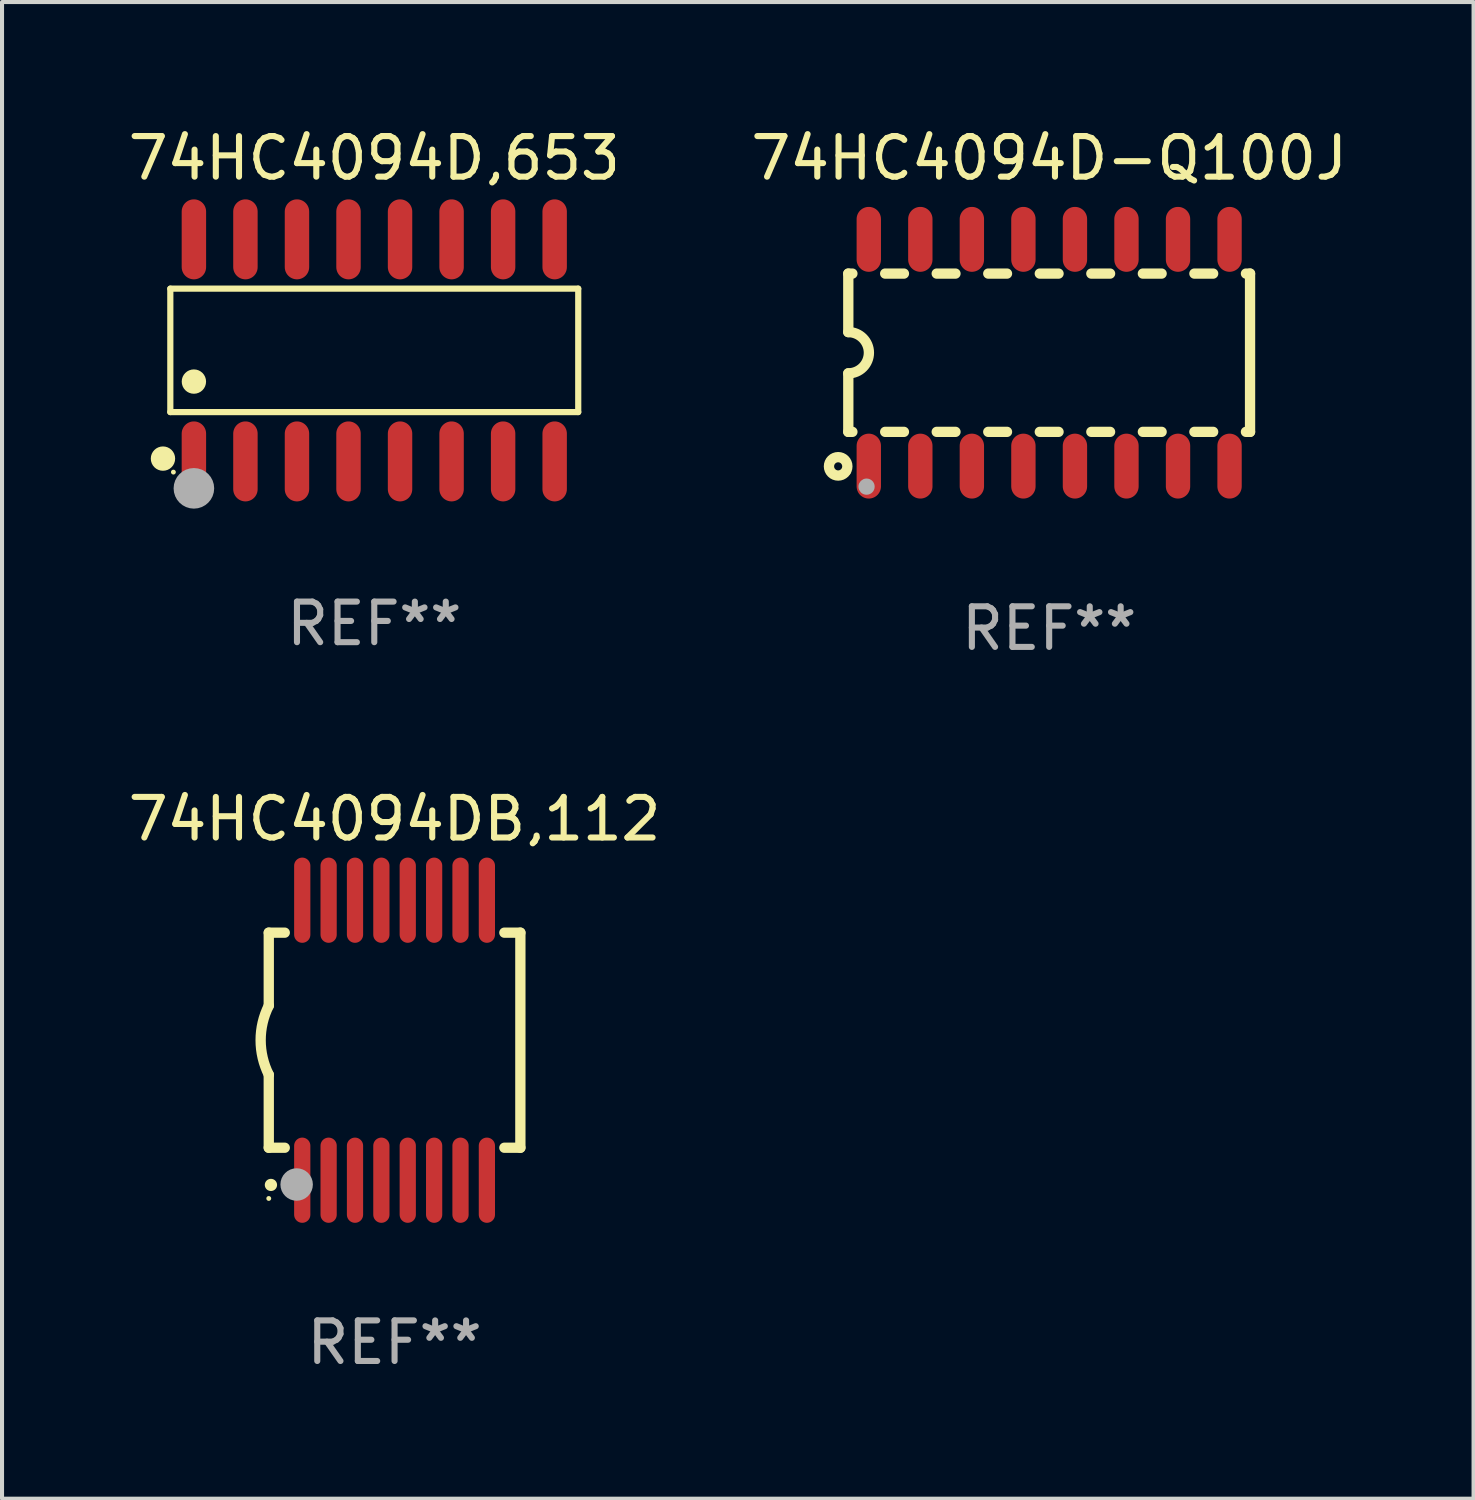
<source format=kicad_pcb>
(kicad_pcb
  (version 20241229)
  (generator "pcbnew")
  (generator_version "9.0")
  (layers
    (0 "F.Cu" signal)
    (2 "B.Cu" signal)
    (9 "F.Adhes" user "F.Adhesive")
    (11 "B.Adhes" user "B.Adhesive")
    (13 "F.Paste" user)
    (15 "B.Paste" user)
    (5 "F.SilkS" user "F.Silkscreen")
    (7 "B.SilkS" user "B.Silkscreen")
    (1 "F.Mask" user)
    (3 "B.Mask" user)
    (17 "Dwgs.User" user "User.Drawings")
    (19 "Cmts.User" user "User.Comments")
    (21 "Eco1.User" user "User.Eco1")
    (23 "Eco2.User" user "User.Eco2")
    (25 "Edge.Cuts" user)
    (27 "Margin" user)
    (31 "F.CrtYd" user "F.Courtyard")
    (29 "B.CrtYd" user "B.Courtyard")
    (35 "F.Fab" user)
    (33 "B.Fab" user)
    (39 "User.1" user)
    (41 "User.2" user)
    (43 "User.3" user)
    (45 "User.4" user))
  (footprint "74HC4094D,653"
    (layer "F.Cu")
    (at 6.173 5.584)
    (property "Reference" "74HC4094D,653" (at 0 -4.736 0) (layer "F.SilkS") (effects (font (size 1 1) (thickness 0.15))))
    (attr through_hole)
    (fp_line (start -5.026 -1.521) (end 5.026 -1.521) (stroke (width 0.152) (type solid)) (layer "F.SilkS"))
    (fp_line (start -5.026 1.521) (end -5.026 -1.521) (stroke (width 0.152) (type solid)) (layer "F.SilkS"))
    (fp_line (start 5.026 -1.521) (end 5.026 1.521) (stroke (width 0.152) (type solid)) (layer "F.SilkS"))
    (fp_line (start 5.026 1.521) (end -5.026 1.521) (stroke (width 0.152) (type solid)) (layer "F.SilkS"))
    (fp_circle (center -5.207 2.667) (end -5.057 2.667) (stroke (width 0.3) (type solid)) (fill no) (layer "F.SilkS"))
    (fp_circle (center -4.95 3) (end -4.92 3) (stroke (width 0.06) (type solid)) (fill no) (layer "F.SilkS"))
    (fp_circle (center -4.445 0.769) (end -4.295 0.769) (stroke (width 0.3) (type solid)) (fill no) (layer "F.SilkS"))
    (fp_circle (center -4.445 3.4) (end -4.195 3.4) (stroke (width 0.5) (type solid)) (fill no) (layer "F.Fab"))
    (fp_text user "REF**" (at 0 6.736 0) (layer "F.Fab") (effects (font (size 1 1) (thickness 0.15))))
    (pad "1" smd oval (at -4.445 2.736) (size 0.602 1.971) (layers "F.Cu" "F.Mask" "F.Paste"))
    (pad "2" smd oval (at -3.175 2.736) (size 0.602 1.971) (layers "F.Cu" "F.Mask" "F.Paste"))
    (pad "3" smd oval (at -1.905 2.736) (size 0.602 1.971) (layers "F.Cu" "F.Mask" "F.Paste"))
    (pad "4" smd oval (at -0.635 2.736) (size 0.602 1.971) (layers "F.Cu" "F.Mask" "F.Paste"))
    (pad "5" smd oval (at 0.635 2.736) (size 0.602 1.971) (layers "F.Cu" "F.Mask" "F.Paste"))
    (pad "6" smd oval (at 1.905 2.736) (size 0.602 1.971) (layers "F.Cu" "F.Mask" "F.Paste"))
    (pad "7" smd oval (at 3.175 2.736) (size 0.602 1.971) (layers "F.Cu" "F.Mask" "F.Paste"))
    (pad "8" smd oval (at 4.445 2.736) (size 0.602 1.971) (layers "F.Cu" "F.Mask" "F.Paste"))
    (pad "9" smd oval (at 4.445 -2.736) (size 0.602 1.971) (layers "F.Cu" "F.Mask" "F.Paste"))
    (pad "10" smd oval (at 3.175 -2.736) (size 0.602 1.971) (layers "F.Cu" "F.Mask" "F.Paste"))
    (pad "11" smd oval (at 1.905 -2.736) (size 0.602 1.971) (layers "F.Cu" "F.Mask" "F.Paste"))
    (pad "12" smd oval (at 0.635 -2.736) (size 0.602 1.971) (layers "F.Cu" "F.Mask" "F.Paste"))
    (pad "13" smd oval (at -0.635 -2.736) (size 0.602 1.971) (layers "F.Cu" "F.Mask" "F.Paste"))
    (pad "14" smd oval (at -1.905 -2.736) (size 0.602 1.971) (layers "F.Cu" "F.Mask" "F.Paste"))
    (pad "15" smd oval (at -3.175 -2.736) (size 0.602 1.971) (layers "F.Cu" "F.Mask" "F.Paste"))
    (pad "16" smd oval (at -4.445 -2.736) (size 0.602 1.971) (layers "F.Cu" "F.Mask" "F.Paste")))
  (footprint "74HC4094DB,112"
    (layer "F.Cu")
    (at 6.673 22.583)
    (property "Reference" "74HC4094DB,112" (at 0 -5.45 0) (layer "F.SilkS") (effects (font (size 1 1) (thickness 0.15))))
    (attr through_hole)
    (fp_line (start -3.1 -2.65) (end -3.1 -0.85) (stroke (width 0.254) (type solid)) (layer "F.SilkS"))
    (fp_line (start -3.1 -2.65) (end -2.706 -2.65) (stroke (width 0.254) (type solid)) (layer "F.SilkS"))
    (fp_line (start -3.1 2.65) (end -3.1 0.85) (stroke (width 0.254) (type solid)) (layer "F.SilkS"))
    (fp_line (start -3.1 2.65) (end -2.706 2.65) (stroke (width 0.254) (type solid)) (layer "F.SilkS"))
    (fp_line (start 2.706 -2.65) (end 3.1 -2.65) (stroke (width 0.254) (type solid)) (layer "F.SilkS"))
    (fp_line (start 2.706 2.65) (end 3.1 2.65) (stroke (width 0.254) (type solid)) (layer "F.SilkS"))
    (fp_line (start 3.1 -2.65) (end 3.1 2.65) (stroke (width 0.254) (type solid)) (layer "F.SilkS"))
    (fp_arc (start -3.098907 0.850902) (mid -3.300057 0.000523) (end -3.1 -0.850114) (stroke (width 0.254001) (type solid)) (layer "F.SilkS"))
    (fp_arc (start -3.048006 3.566066) (mid -3.046736 3.566061) (end -3.045466 3.566066) (stroke (width 0.3) (type solid)) (layer "F.SilkS"))
    (fp_circle (center -3.1 3.9) (end -3.07 3.9) (stroke (width 0.06) (type solid)) (fill no) (layer "F.SilkS"))
    (fp_circle (center -2.413 3.556) (end -2.213 3.556) (stroke (width 0.4) (type solid)) (fill no) (layer "F.Fab"))
    (fp_text user "REF**" (at 0 7.45 0) (layer "F.Fab") (effects (font (size 1 1) (thickness 0.15))))
    (pad "1" smd oval (at -2.275 3.45 180) (size 0.4 2.1) (layers "F.Cu" "F.Mask" "F.Paste"))
    (pad "2" smd oval (at -1.625 3.45 180) (size 0.4 2.1) (layers "F.Cu" "F.Mask" "F.Paste"))
    (pad "3" smd oval (at -0.975 3.45 180) (size 0.4 2.1) (layers "F.Cu" "F.Mask" "F.Paste"))
    (pad "4" smd oval (at -0.325 3.45 180) (size 0.4 2.1) (layers "F.Cu" "F.Mask" "F.Paste"))
    (pad "5" smd oval (at 0.325 3.45 180) (size 0.4 2.1) (layers "F.Cu" "F.Mask" "F.Paste"))
    (pad "6" smd oval (at 0.975 3.45 180) (size 0.4 2.1) (layers "F.Cu" "F.Mask" "F.Paste"))
    (pad "7" smd oval (at 1.625 3.45 180) (size 0.4 2.1) (layers "F.Cu" "F.Mask" "F.Paste"))
    (pad "8" smd oval (at 2.275 3.45 180) (size 0.4 2.1) (layers "F.Cu" "F.Mask" "F.Paste"))
    (pad "9" smd oval (at 2.275 -3.45 180) (size 0.4 2.1) (layers "F.Cu" "F.Mask" "F.Paste"))
    (pad "10" smd oval (at 1.625 -3.45 180) (size 0.4 2.1) (layers "F.Cu" "F.Mask" "F.Paste"))
    (pad "11" smd oval (at 0.975 -3.45 180) (size 0.4 2.1) (layers "F.Cu" "F.Mask" "F.Paste"))
    (pad "12" smd oval (at 0.325 -3.45 180) (size 0.4 2.1) (layers "F.Cu" "F.Mask" "F.Paste"))
    (pad "13" smd oval (at -0.325 -3.45 180) (size 0.4 2.1) (layers "F.Cu" "F.Mask" "F.Paste"))
    (pad "14" smd oval (at -0.975 -3.45 180) (size 0.4 2.1) (layers "F.Cu" "F.Mask" "F.Paste"))
    (pad "15" smd oval (at -1.625 -3.45 180) (size 0.4 2.1) (layers "F.Cu" "F.Mask" "F.Paste"))
    (pad "16" smd oval (at -2.275 -3.45 180) (size 0.4 2.1) (layers "F.Cu" "F.Mask" "F.Paste")))
  (footprint "74HC4094D-Q100J"
    (layer "F.Cu")
    (at 22.804 5.642)
    (property "Reference" "74HC4094D-Q100J" (at 0 -4.794 0) (layer "F.SilkS") (effects (font (size 1 1) (thickness 0.15))))
    (attr through_hole)
    (fp_line (start -4.95 -1.95) (end -4.95 -0.508) (stroke (width 0.254) (type solid)) (layer "F.SilkS"))
    (fp_line (start -4.95 -1.95) (end -4.849 -1.95) (stroke (width 0.254) (type solid)) (layer "F.SilkS"))
    (fp_line (start -4.95 1.95) (end -4.95 0.508) (stroke (width 0.254) (type solid)) (layer "F.SilkS"))
    (fp_line (start -4.95 1.95) (end -4.849 1.95) (stroke (width 0.254) (type solid)) (layer "F.SilkS"))
    (fp_line (start -4.041 -1.95) (end -3.579 -1.95) (stroke (width 0.254) (type solid)) (layer "F.SilkS"))
    (fp_line (start -4.041 1.95) (end -3.579 1.95) (stroke (width 0.254) (type solid)) (layer "F.SilkS"))
    (fp_line (start -2.771 -1.95) (end -2.309 -1.95) (stroke (width 0.254) (type solid)) (layer "F.SilkS"))
    (fp_line (start -2.771 1.95) (end -2.309 1.95) (stroke (width 0.254) (type solid)) (layer "F.SilkS"))
    (fp_line (start -1.501 -1.95) (end -1.039 -1.95) (stroke (width 0.254) (type solid)) (layer "F.SilkS"))
    (fp_line (start -1.501 1.95) (end -1.039 1.95) (stroke (width 0.254) (type solid)) (layer "F.SilkS"))
    (fp_line (start -0.231 -1.95) (end 0.231 -1.95) (stroke (width 0.254) (type solid)) (layer "F.SilkS"))
    (fp_line (start -0.231 1.95) (end 0.231 1.95) (stroke (width 0.254) (type solid)) (layer "F.SilkS"))
    (fp_line (start 1.039 -1.95) (end 1.501 -1.95) (stroke (width 0.254) (type solid)) (layer "F.SilkS"))
    (fp_line (start 1.039 1.95) (end 1.501 1.95) (stroke (width 0.254) (type solid)) (layer "F.SilkS"))
    (fp_line (start 2.309 -1.95) (end 2.771 -1.95) (stroke (width 0.254) (type solid)) (layer "F.SilkS"))
    (fp_line (start 2.309 1.95) (end 2.771 1.95) (stroke (width 0.254) (type solid)) (layer "F.SilkS"))
    (fp_line (start 3.579 -1.95) (end 4.041 -1.95) (stroke (width 0.254) (type solid)) (layer "F.SilkS"))
    (fp_line (start 3.579 1.95) (end 4.041 1.95) (stroke (width 0.254) (type solid)) (layer "F.SilkS"))
    (fp_line (start 4.849 -1.95) (end 4.95 -1.95) (stroke (width 0.254) (type solid)) (layer "F.SilkS"))
    (fp_line (start 4.849 1.95) (end 4.95 1.95) (stroke (width 0.254) (type solid)) (layer "F.SilkS"))
    (fp_line (start 4.95 -1.95) (end 4.95 1.95) (stroke (width 0.254) (type solid)) (layer "F.SilkS"))
    (fp_arc (start -4.95047 -0.508001) (mid -4.442469 -0.000228) (end -4.950013 0.508001) (stroke (width 0.254001) (type solid)) (layer "F.SilkS"))
    (fp_circle (center -5.2 2.8) (end -5.1 2.8) (stroke (width 0.254) (type solid)) (fill no) (layer "F.SilkS"))
    (fp_circle (center -4.95 2.947) (end -4.92 2.947) (stroke (width 0.06) (type solid)) (fill no) (layer "F.SilkS"))
    (fp_circle (center -4.5 3.3) (end -4.4 3.3) (stroke (width 0.2) (type solid)) (fill no) (layer "F.Fab"))
    (fp_text user "REF**" (at 0 6.794 0) (layer "F.Fab") (effects (font (size 1 1) (thickness 0.15))))
    (pad "1" smd oval (at -4.445 2.794) (size 0.6 1.6) (layers "F.Cu" "F.Mask" "F.Paste"))
    (pad "2" smd oval (at -3.175 2.794) (size 0.6 1.6) (layers "F.Cu" "F.Mask" "F.Paste"))
    (pad "3" smd oval (at -1.905 2.794) (size 0.6 1.6) (layers "F.Cu" "F.Mask" "F.Paste"))
    (pad "4" smd oval (at -0.635 2.794) (size 0.6 1.6) (layers "F.Cu" "F.Mask" "F.Paste"))
    (pad "5" smd oval (at 0.635 2.794) (size 0.6 1.6) (layers "F.Cu" "F.Mask" "F.Paste"))
    (pad "6" smd oval (at 1.905 2.794) (size 0.6 1.6) (layers "F.Cu" "F.Mask" "F.Paste"))
    (pad "7" smd oval (at 3.175 2.794) (size 0.6 1.6) (layers "F.Cu" "F.Mask" "F.Paste"))
    (pad "8" smd oval (at 4.445 2.794) (size 0.6 1.6) (layers "F.Cu" "F.Mask" "F.Paste"))
    (pad "9" smd oval (at 4.445 -2.794) (size 0.6 1.6) (layers "F.Cu" "F.Mask" "F.Paste"))
    (pad "10" smd oval (at 3.175 -2.794) (size 0.6 1.6) (layers "F.Cu" "F.Mask" "F.Paste"))
    (pad "11" smd oval (at 1.905 -2.794) (size 0.6 1.6) (layers "F.Cu" "F.Mask" "F.Paste"))
    (pad "12" smd oval (at 0.635 -2.794) (size 0.6 1.6) (layers "F.Cu" "F.Mask" "F.Paste"))
    (pad "13" smd oval (at -0.635 -2.794) (size 0.6 1.6) (layers "F.Cu" "F.Mask" "F.Paste"))
    (pad "14" smd oval (at -1.905 -2.794) (size 0.6 1.6) (layers "F.Cu" "F.Mask" "F.Paste"))
    (pad "15" smd oval (at -3.175 -2.794) (size 0.6 1.6) (layers "F.Cu" "F.Mask" "F.Paste"))
    (pad "16" smd oval (at -4.445 -2.794) (size 0.6 1.6) (layers "F.Cu" "F.Mask" "F.Paste")))
  (gr_rect
    (start -3 -3)
    (end 33.262 33.881)
    (stroke (width 0.1) (type default))
    (fill no)
    (layer "Edge.Cuts")))
</source>
